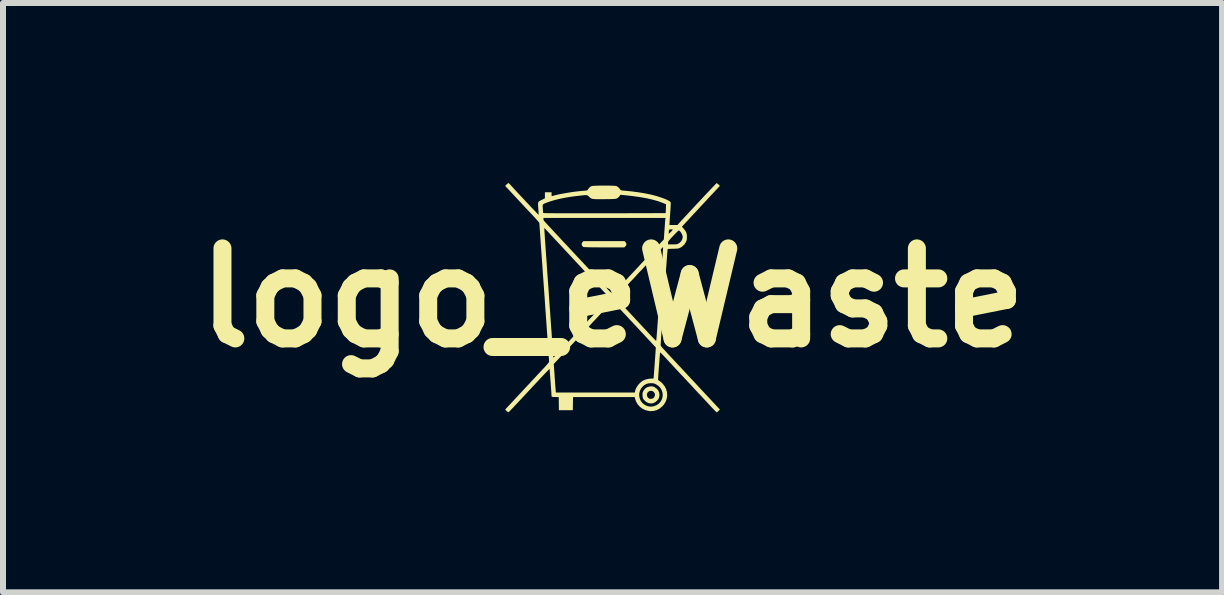
<source format=kicad_pcb>
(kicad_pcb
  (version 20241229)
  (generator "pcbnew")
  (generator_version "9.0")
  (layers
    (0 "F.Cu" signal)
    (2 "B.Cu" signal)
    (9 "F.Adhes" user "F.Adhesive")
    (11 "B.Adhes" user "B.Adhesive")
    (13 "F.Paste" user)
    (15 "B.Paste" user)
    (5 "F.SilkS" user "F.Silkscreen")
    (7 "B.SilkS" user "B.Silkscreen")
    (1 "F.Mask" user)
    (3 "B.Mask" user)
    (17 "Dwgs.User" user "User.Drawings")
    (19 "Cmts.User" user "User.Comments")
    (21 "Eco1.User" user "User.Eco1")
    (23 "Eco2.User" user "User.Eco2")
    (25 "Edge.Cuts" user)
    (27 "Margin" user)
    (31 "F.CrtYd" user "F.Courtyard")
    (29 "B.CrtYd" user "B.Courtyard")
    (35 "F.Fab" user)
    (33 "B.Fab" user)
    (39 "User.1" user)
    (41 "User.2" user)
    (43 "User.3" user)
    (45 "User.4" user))
  (footprint "logo_eWaste"
    (layer "F.Cu")
    (at 7.157 1.911)
    (property "Reference" "logo_eWaste" (at 0 0 0) (layer "F.SilkS") (effects (font (size 1.5 1.5) (thickness 0.3))))
    (attr board_only exclude_from_pos_files exclude_from_bom)
    (fp_poly (pts (xy 0.217 -0.924) (xy 0.23 -0.903) (xy 0.231 -0.882) (xy 0.22 -0.862) (xy 0.215 -0.857) (xy 0.197 -0.839) (xy -0.139 -0.839) (xy -0.222 -0.839) (xy -0.294 -0.84) (xy -0.353 -0.84) (xy -0.402 -0.841) (xy -0.439 -0.842) (xy -0.465 -0.843) (xy -0.481 -0.845) (xy -0.487 -0.846) (xy -0.505 -0.862) (xy -0.514 -0.883) (xy -0.513 -0.905) (xy -0.501 -0.926) (xy -0.499 -0.928) (xy -0.484 -0.943) (xy -0.142 -0.943) (xy 0.201 -0.943)) (stroke (width 0) (type solid)) (fill yes) (layer "F.SilkS"))
    (fp_poly (pts (xy 0.673 1.479) (xy 0.691 1.486) (xy 0.703 1.492) (xy 0.738 1.517) (xy 0.763 1.548) (xy 0.778 1.584) (xy 0.782 1.625) (xy 0.778 1.651) (xy 0.772 1.672) (xy 0.763 1.69) (xy 0.748 1.708) (xy 0.739 1.718) (xy 0.706 1.744) (xy 0.672 1.759) (xy 0.636 1.762) (xy 0.595 1.754) (xy 0.594 1.754) (xy 0.568 1.741) (xy 0.541 1.72) (xy 0.518 1.695) (xy 0.51 1.681) (xy 0.502 1.659) (xy 0.499 1.626) (xy 0.499 1.619) (xy 0.499 1.619) (xy 0.573 1.619) (xy 0.578 1.646) (xy 0.592 1.667) (xy 0.612 1.681) (xy 0.637 1.686) (xy 0.664 1.681) (xy 0.679 1.674) (xy 0.694 1.658) (xy 0.704 1.636) (xy 0.707 1.612) (xy 0.707 1.605) (xy 0.7 1.589) (xy 0.687 1.572) (xy 0.685 1.57) (xy 0.669 1.557) (xy 0.651 1.553) (xy 0.64 1.552) (xy 0.62 1.554) (xy 0.605 1.561) (xy 0.593 1.572) (xy 0.579 1.588) (xy 0.574 1.604) (xy 0.573 1.619) (xy 0.499 1.619) (xy 0.5 1.594) (xy 0.503 1.576) (xy 0.51 1.56) (xy 0.518 1.546) (xy 0.544 1.513) (xy 0.578 1.491) (xy 0.618 1.479) (xy 0.632 1.478) (xy 0.656 1.477)) (stroke (width 0) (type solid)) (fill yes) (layer "F.SilkS"))
    (fp_poly (pts (xy -1.727 -1.906) (xy -1.715 -1.895) (xy -1.704 -1.884) (xy -1.689 -1.867) (xy -1.668 -1.844) (xy -1.642 -1.815) (xy -1.611 -1.782) (xy -1.577 -1.745) (xy -1.54 -1.706) (xy -1.502 -1.665) (xy -1.463 -1.624) (xy -1.425 -1.583) (xy -1.387 -1.543) (xy -1.352 -1.505) (xy -1.319 -1.471) (xy -1.29 -1.441) (xy -1.266 -1.416) (xy -1.248 -1.397) (xy -1.236 -1.385) (xy -1.232 -1.381) (xy -1.232 -1.381) (xy -1.231 -1.387) (xy -1.232 -1.404) (xy -1.233 -1.429) (xy -1.235 -1.46) (xy -1.237 -1.485) (xy -1.24 -1.525) (xy -1.24 -1.534) (xy -1.165 -1.534) (xy -1.164 -1.515) (xy -1.162 -1.487) (xy -1.162 -1.484) (xy -1.16 -1.456) (xy -1.158 -1.433) (xy -1.156 -1.417) (xy -1.155 -1.411) (xy -1.149 -1.411) (xy -1.13 -1.41) (xy -1.099 -1.409) (xy -1.056 -1.408) (xy -1.001 -1.408) (xy -0.934 -1.407) (xy -0.855 -1.407) (xy -0.763 -1.407) (xy -0.66 -1.407) (xy -0.545 -1.407) (xy -0.418 -1.407) (xy -0.279 -1.407) (xy -0.137 -1.407) (xy -0.026 -1.407) (xy 0.081 -1.407) (xy 0.184 -1.407) (xy 0.283 -1.408) (xy 0.376 -1.408) (xy 0.464 -1.408) (xy 0.545 -1.408) (xy 0.619 -1.408) (xy 0.685 -1.409) (xy 0.743 -1.409) (xy 0.792 -1.409) (xy 0.831 -1.409) (xy 0.86 -1.41) (xy 0.877 -1.41) (xy 0.883 -1.41) (xy 0.885 -1.416) (xy 0.887 -1.432) (xy 0.888 -1.456) (xy 0.889 -1.484) (xy 0.889 -1.485) (xy 0.891 -1.558) (xy 0.826 -1.584) (xy 0.751 -1.611) (xy 0.665 -1.635) (xy 0.568 -1.657) (xy 0.46 -1.676) (xy 0.34 -1.693) (xy 0.209 -1.708) (xy 0.171 -1.711) (xy 0.131 -1.715) (xy 0.116 -1.692) (xy 0.1 -1.674) (xy 0.081 -1.659) (xy 0.077 -1.657) (xy 0.069 -1.653) (xy 0.06 -1.65) (xy 0.05 -1.648) (xy 0.035 -1.646) (xy 0.016 -1.645) (xy -0.01 -1.644) (xy -0.045 -1.643) (xy -0.089 -1.643) (xy -0.13 -1.642) (xy -0.188 -1.642) (xy -0.235 -1.642) (xy -0.273 -1.642) (xy -0.303 -1.644) (xy -0.326 -1.646) (xy -0.344 -1.65) (xy -0.358 -1.656) (xy -0.37 -1.663) (xy -0.381 -1.672) (xy -0.391 -1.683) (xy -0.4 -1.692) (xy -0.408 -1.699) (xy -0.417 -1.704) (xy -0.427 -1.708) (xy -0.442 -1.709) (xy -0.461 -1.709) (xy -0.487 -1.707) (xy -0.522 -1.703) (xy -0.566 -1.698) (xy -0.589 -1.696) (xy -0.682 -1.684) (xy -0.774 -1.669) (xy -0.861 -1.652) (xy -0.943 -1.633) (xy -1.017 -1.612) (xy -1.08 -1.591) (xy -1.085 -1.589) (xy -1.117 -1.577) (xy -1.139 -1.567) (xy -1.154 -1.558) (xy -1.162 -1.548) (xy -1.165 -1.534) (xy -1.24 -1.534) (xy -1.241 -1.554) (xy -1.241 -1.575) (xy -1.237 -1.59) (xy -1.229 -1.602) (xy -1.217 -1.611) (xy -1.199 -1.621) (xy -1.176 -1.632) (xy -1.127 -1.656) (xy -1.127 -1.707) (xy -1.127 -1.757) (xy -1.072 -1.757) (xy -1.016 -1.757) (xy -1.016 -1.723) (xy -1.016 -1.704) (xy -1.014 -1.694) (xy -1.01 -1.692) (xy -1.006 -1.693) (xy -0.979 -1.702) (xy -0.941 -1.711) (xy -0.895 -1.722) (xy -0.843 -1.732) (xy -0.787 -1.742) (xy -0.728 -1.752) (xy -0.67 -1.761) (xy -0.612 -1.769) (xy -0.558 -1.775) (xy -0.517 -1.779) (xy -0.48 -1.782) (xy -0.453 -1.784) (xy -0.434 -1.787) (xy -0.422 -1.79) (xy -0.415 -1.795) (xy -0.411 -1.8) (xy -0.41 -1.802) (xy -0.398 -1.822) (xy -0.378 -1.842) (xy -0.356 -1.857) (xy -0.351 -1.859) (xy -0.339 -1.862) (xy -0.316 -1.864) (xy -0.284 -1.866) (xy -0.246 -1.867) (xy -0.204 -1.868) (xy -0.159 -1.868) (xy -0.113 -1.868) (xy -0.068 -1.868) (xy -0.027 -1.867) (xy 0.01 -1.866) (xy 0.04 -1.864) (xy 0.06 -1.861) (xy 0.069 -1.859) (xy 0.093 -1.844) (xy 0.117 -1.818) (xy 0.129 -1.802) (xy 0.134 -1.796) (xy 0.141 -1.792) (xy 0.153 -1.788) (xy 0.172 -1.786) (xy 0.201 -1.783) (xy 0.214 -1.782) (xy 0.323 -1.771) (xy 0.43 -1.757) (xy 0.533 -1.74) (xy 0.628 -1.721) (xy 0.671 -1.711) (xy 0.722 -1.697) (xy 0.772 -1.682) (xy 0.82 -1.666) (xy 0.864 -1.65) (xy 0.902 -1.634) (xy 0.933 -1.618) (xy 0.955 -1.605) (xy 0.967 -1.593) (xy 0.967 -1.593) (xy 0.969 -1.584) (xy 0.97 -1.567) (xy 0.969 -1.54) (xy 0.967 -1.503) (xy 0.964 -1.455) (xy 0.961 -1.414) (xy 0.958 -1.37) (xy 0.955 -1.328) (xy 0.953 -1.292) (xy 0.951 -1.262) (xy 0.95 -1.241) (xy 0.949 -1.23) (xy 0.949 -1.212) (xy 1.015 -1.212) (xy 1.082 -1.212) (xy 1.125 -1.26) (xy 1.144 -1.281) (xy 1.169 -1.308) (xy 1.199 -1.341) (xy 1.234 -1.378) (xy 1.272 -1.419) (xy 1.313 -1.463) (xy 1.356 -1.509) (xy 1.4 -1.557) (xy 1.445 -1.604) (xy 1.489 -1.651) (xy 1.531 -1.697) (xy 1.572 -1.74) (xy 1.61 -1.78) (xy 1.644 -1.816) (xy 1.674 -1.848) (xy 1.699 -1.874) (xy 1.717 -1.893) (xy 1.729 -1.905) (xy 1.733 -1.909) (xy 1.74 -1.907) (xy 1.753 -1.897) (xy 1.764 -1.888) (xy 1.789 -1.864) (xy 1.735 -1.806) (xy 1.704 -1.772) (xy 1.668 -1.734) (xy 1.628 -1.692) (xy 1.586 -1.646) (xy 1.542 -1.599) (xy 1.497 -1.551) (xy 1.452 -1.503) (xy 1.408 -1.455) (xy 1.365 -1.409) (xy 1.324 -1.365) (xy 1.287 -1.325) (xy 1.254 -1.289) (xy 1.225 -1.258) (xy 1.202 -1.233) (xy 1.186 -1.216) (xy 1.177 -1.206) (xy 1.176 -1.205) (xy 1.156 -1.182) (xy 1.185 -1.151) (xy 1.211 -1.118) (xy 1.229 -1.086) (xy 1.238 -1.051) (xy 1.24 -1.013) (xy 1.239 -0.984) (xy 1.236 -0.962) (xy 1.229 -0.942) (xy 1.224 -0.93) (xy 1.198 -0.888) (xy 1.162 -0.854) (xy 1.131 -0.834) (xy 1.118 -0.828) (xy 1.105 -0.823) (xy 1.091 -0.82) (xy 1.073 -0.818) (xy 1.047 -0.817) (xy 1.013 -0.816) (xy 1.009 -0.816) (xy 0.919 -0.813) (xy 0.916 -0.788) (xy 0.915 -0.777) (xy 0.913 -0.755) (xy 0.91 -0.723) (xy 0.907 -0.683) (xy 0.904 -0.636) (xy 0.9 -0.584) (xy 0.896 -0.527) (xy 0.891 -0.466) (xy 0.891 -0.462) (xy 0.887 -0.403) (xy 0.882 -0.334) (xy 0.876 -0.257) (xy 0.87 -0.173) (xy 0.864 -0.085) (xy 0.857 0.005) (xy 0.851 0.096) (xy 0.844 0.185) (xy 0.838 0.271) (xy 0.836 0.298) (xy 0.83 0.373) (xy 0.825 0.444) (xy 0.82 0.511) (xy 0.816 0.573) (xy 0.812 0.629) (xy 0.809 0.678) (xy 0.806 0.719) (xy 0.804 0.75) (xy 0.803 0.771) (xy 0.802 0.782) (xy 0.802 0.782) (xy 0.802 0.786) (xy 0.802 0.79) (xy 0.802 0.794) (xy 0.804 0.798) (xy 0.807 0.804) (xy 0.812 0.812) (xy 0.821 0.823) (xy 0.832 0.836) (xy 0.848 0.854) (xy 0.869 0.876) (xy 0.894 0.904) (xy 0.925 0.937) (xy 0.963 0.978) (xy 1.007 1.025) (xy 1.058 1.08) (xy 1.093 1.118) (xy 1.128 1.154) (xy 1.169 1.199) (xy 1.216 1.249) (xy 1.267 1.304) (xy 1.321 1.362) (xy 1.377 1.421) (xy 1.432 1.481) (xy 1.486 1.539) (xy 1.521 1.576) (xy 1.789 1.863) (xy 1.766 1.887) (xy 1.751 1.9) (xy 1.74 1.908) (xy 1.735 1.909) (xy 1.729 1.904) (xy 1.716 1.892) (xy 1.697 1.873) (xy 1.673 1.848) (xy 1.646 1.82) (xy 1.625 1.797) (xy 1.591 1.76) (xy 1.554 1.72) (xy 1.516 1.68) (xy 1.482 1.643) (xy 1.452 1.611) (xy 1.445 1.604) (xy 1.425 1.583) (xy 1.398 1.554) (xy 1.364 1.518) (xy 1.326 1.476) (xy 1.283 1.43) (xy 1.237 1.381) (xy 1.189 1.329) (xy 1.139 1.277) (xy 1.09 1.224) (xy 1.042 1.173) (xy 0.997 1.124) (xy 0.954 1.078) (xy 0.916 1.037) (xy 0.883 1.001) (xy 0.86 0.977) (xy 0.838 0.954) (xy 0.818 0.934) (xy 0.803 0.92) (xy 0.794 0.913) (xy 0.792 0.913) (xy 0.791 0.922) (xy 0.789 0.942) (xy 0.787 0.97) (xy 0.784 1.005) (xy 0.781 1.045) (xy 0.778 1.089) (xy 0.774 1.135) (xy 0.771 1.18) (xy 0.768 1.224) (xy 0.765 1.264) (xy 0.763 1.299) (xy 0.761 1.327) (xy 0.76 1.347) (xy 0.759 1.355) (xy 0.761 1.37) (xy 0.77 1.38) (xy 0.78 1.386) (xy 0.795 1.396) (xy 0.814 1.412) (xy 0.832 1.429) (xy 0.868 1.474) (xy 0.893 1.523) (xy 0.907 1.574) (xy 0.911 1.627) (xy 0.904 1.68) (xy 0.886 1.731) (xy 0.858 1.778) (xy 0.83 1.81) (xy 0.785 1.847) (xy 0.736 1.873) (xy 0.683 1.887) (xy 0.628 1.89) (xy 0.606 1.887) (xy 0.55 1.874) (xy 0.499 1.85) (xy 0.455 1.817) (xy 0.419 1.777) (xy 0.392 1.729) (xy 0.379 1.694) (xy 0.369 1.656) (xy -0.145 1.656) (xy -0.658 1.656) (xy -0.66 1.765) (xy -0.662 1.874) (xy -0.778 1.874) (xy -0.894 1.874) (xy -0.895 1.765) (xy -0.897 1.656) (xy -0.957 1.655) (xy -0.984 1.654) (xy -1.002 1.652) (xy -1.011 1.65) (xy -1.015 1.646) (xy -1.016 1.64) (xy -1.016 1.638) (xy -1.017 1.635) (xy 0.444 1.635) (xy 0.453 1.678) (xy 0.47 1.718) (xy 0.497 1.754) (xy 0.533 1.783) (xy 0.544 1.79) (xy 0.59 1.809) (xy 0.636 1.815) (xy 0.682 1.81) (xy 0.727 1.794) (xy 0.766 1.769) (xy 0.797 1.737) (xy 0.819 1.7) (xy 0.832 1.66) (xy 0.836 1.618) (xy 0.831 1.576) (xy 0.817 1.536) (xy 0.794 1.499) (xy 0.762 1.467) (xy 0.726 1.444) (xy 0.705 1.433) (xy 0.687 1.428) (xy 0.666 1.425) (xy 0.64 1.424) (xy 0.597 1.427) (xy 0.561 1.438) (xy 0.529 1.457) (xy 0.509 1.473) (xy 0.478 1.509) (xy 0.457 1.549) (xy 0.445 1.592) (xy 0.444 1.635) (xy -1.017 1.635) (xy -1.017 1.629) (xy -1.018 1.609) (xy -1.02 1.581) (xy -1.022 1.546) (xy -1.025 1.505) (xy -1.028 1.461) (xy -1.031 1.416) (xy -1.035 1.37) (xy -1.038 1.326) (xy -1.041 1.285) (xy -1.044 1.249) (xy -1.046 1.22) (xy -1.048 1.199) (xy -1.049 1.187) (xy -1.049 1.186) (xy -1.053 1.189) (xy -1.065 1.201) (xy -1.084 1.22) (xy -1.108 1.245) (xy -1.137 1.275) (xy -1.171 1.311) (xy -1.208 1.35) (xy -1.243 1.388) (xy -1.284 1.432) (xy -1.324 1.474) (xy -1.361 1.514) (xy -1.395 1.551) (xy -1.424 1.582) (xy -1.448 1.608) (xy -1.465 1.626) (xy -1.473 1.635) (xy -1.529 1.694) (xy -1.576 1.745) (xy -1.617 1.788) (xy -1.65 1.824) (xy -1.677 1.852) (xy -1.699 1.875) (xy -1.715 1.891) (xy -1.726 1.902) (xy -1.733 1.908) (xy -1.735 1.909) (xy -1.743 1.906) (xy -1.756 1.896) (xy -1.766 1.887) (xy -1.789 1.863) (xy -1.567 1.625) (xy -1.522 1.577) (xy -1.477 1.528) (xy -1.433 1.481) (xy -1.391 1.437) (xy -1.354 1.396) (xy -1.321 1.361) (xy -1.293 1.331) (xy -1.273 1.31) (xy -1.271 1.307) (xy -1.223 1.256) (xy -1.183 1.213) (xy -1.15 1.178) (xy -1.123 1.149) (xy -1.102 1.126) (xy -1.086 1.107) (xy -1.084 1.105) (xy -0.98 1.105) (xy -0.977 1.136) (xy -0.976 1.15) (xy -0.974 1.174) (xy -0.972 1.207) (xy -0.969 1.246) (xy -0.966 1.291) (xy -0.963 1.339) (xy -0.961 1.359) (xy -0.958 1.407) (xy -0.955 1.452) (xy -0.952 1.491) (xy -0.949 1.524) (xy -0.947 1.548) (xy -0.946 1.563) (xy -0.946 1.566) (xy -0.943 1.58) (xy -0.285 1.58) (xy 0.372 1.58) (xy 0.376 1.557) (xy 0.386 1.521) (xy 0.406 1.484) (xy 0.432 1.447) (xy 0.463 1.415) (xy 0.496 1.388) (xy 0.513 1.379) (xy 0.555 1.362) (xy 0.601 1.351) (xy 0.645 1.348) (xy 0.646 1.348) (xy 0.667 1.348) (xy 0.678 1.347) (xy 0.683 1.343) (xy 0.684 1.338) (xy 0.685 1.329) (xy 0.687 1.31) (xy 0.689 1.281) (xy 0.692 1.244) (xy 0.695 1.2) (xy 0.699 1.151) (xy 0.703 1.098) (xy 0.704 1.078) (xy 0.722 0.83) (xy 0.702 0.808) (xy 0.693 0.799) (xy 0.677 0.781) (xy 0.654 0.757) (xy 0.628 0.728) (xy 0.597 0.696) (xy 0.564 0.66) (xy 0.551 0.646) (xy 0.517 0.609) (xy 0.483 0.573) (xy 0.452 0.54) (xy 0.425 0.51) (xy 0.402 0.486) (xy 0.386 0.469) (xy 0.383 0.465) (xy 0.37 0.452) (xy 0.351 0.431) (xy 0.325 0.403) (xy 0.294 0.371) (xy 0.26 0.334) (xy 0.223 0.294) (xy 0.184 0.253) (xy 0.175 0.243) (xy 0.138 0.204) (xy 0.104 0.167) (xy 0.072 0.135) (xy 0.045 0.107) (xy 0.023 0.086) (xy 0.008 0.071) (xy -0.001 0.063) (xy -0.002 0.063) (xy -0.007 0.068) (xy -0.02 0.08) (xy -0.04 0.101) (xy -0.066 0.129) (xy -0.098 0.162) (xy -0.135 0.202) (xy -0.177 0.246) (xy -0.222 0.294) (xy -0.271 0.347) (xy -0.323 0.401) (xy -0.376 0.459) (xy -0.431 0.517) (xy -0.487 0.577) (xy -0.543 0.637) (xy -0.598 0.696) (xy -0.652 0.754) (xy -0.705 0.81) (xy -0.754 0.864) (xy -0.765 0.876) (xy -0.788 0.9) (xy -0.816 0.93) (xy -0.847 0.964) (xy -0.879 0.998) (xy -0.9 1.02) (xy -0.98 1.105) (xy -1.084 1.105) (xy -1.074 1.093) (xy -1.066 1.083) (xy -1.061 1.075) (xy -1.058 1.068) (xy -1.057 1.063) (xy -1.057 1.058) (xy -1.058 1.052) (xy -1.058 1.051) (xy -1.059 1.041) (xy -1.06 1.02) (xy -1.062 0.988) (xy -1.065 0.947) (xy -1.069 0.899) (xy -1.073 0.843) (xy -1.077 0.781) (xy -1.082 0.715) (xy -1.086 0.644) (xy -1.092 0.571) (xy -1.097 0.495) (xy -1.102 0.419) (xy -1.108 0.344) (xy -1.113 0.269) (xy -1.118 0.197) (xy -1.123 0.128) (xy -1.127 0.064) (xy -1.131 0.005) (xy -1.135 -0.047) (xy -1.138 -0.092) (xy -1.139 -0.101) (xy -1.149 -0.245) (xy -1.159 -0.378) (xy -1.167 -0.499) (xy -1.175 -0.609) (xy -1.182 -0.709) (xy -1.188 -0.798) (xy -1.194 -0.878) (xy -1.199 -0.949) (xy -1.203 -1.01) (xy -1.207 -1.064) (xy -1.21 -1.109) (xy -1.213 -1.147) (xy -1.214 -1.159) (xy -1.137 -1.159) (xy -1.137 -1.154) (xy -1.137 -1.145) (xy -1.136 -1.131) (xy -1.135 -1.112) (xy -1.133 -1.087) (xy -1.131 -1.057) (xy -1.129 -1.02) (xy -1.126 -0.975) (xy -1.122 -0.923) (xy -1.118 -0.862) (xy -1.113 -0.793) (xy -1.108 -0.715) (xy -1.101 -0.626) (xy -1.094 -0.527) (xy -1.087 -0.417) (xy -1.078 -0.296) (xy -1.075 -0.248) (xy -1.07 -0.187) (xy -1.065 -0.117) (xy -1.06 -0.038) (xy -1.054 0.047) (xy -1.048 0.135) (xy -1.041 0.226) (xy -1.035 0.315) (xy -1.029 0.403) (xy -1.023 0.485) (xy -1.023 0.487) (xy -1.016 0.579) (xy -1.011 0.66) (xy -1.006 0.731) (xy -1.001 0.791) (xy -0.998 0.841) (xy -0.994 0.884) (xy -0.992 0.918) (xy -0.99 0.945) (xy -0.988 0.966) (xy -0.986 0.981) (xy -0.985 0.991) (xy -0.984 0.996) (xy -0.983 0.998) (xy -0.983 0.998) (xy -0.979 0.994) (xy -0.967 0.981) (xy -0.948 0.962) (xy -0.924 0.936) (xy -0.895 0.904) (xy -0.861 0.869) (xy -0.824 0.829) (xy -0.789 0.792) (xy -0.75 0.75) (xy -0.712 0.71) (xy -0.678 0.673) (xy -0.649 0.641) (xy -0.624 0.614) (xy -0.605 0.594) (xy -0.592 0.58) (xy -0.588 0.576) (xy -0.582 0.569) (xy -0.569 0.555) (xy -0.549 0.533) (xy -0.522 0.505) (xy -0.491 0.471) (xy -0.455 0.433) (xy -0.415 0.39) (xy -0.373 0.344) (xy -0.336 0.306) (xy -0.291 0.257) (xy -0.248 0.211) (xy -0.208 0.168) (xy -0.172 0.129) (xy -0.14 0.095) (xy -0.113 0.066) (xy -0.093 0.044) (xy -0.079 0.029) (xy -0.074 0.023) (xy -0.054 -0.000035) (xy 0.055 -0.000035) (xy 0.059 0.005) (xy 0.071 0.018) (xy 0.089 0.039) (xy 0.114 0.066) (xy 0.144 0.099) (xy 0.179 0.136) (xy 0.217 0.178) (xy 0.258 0.222) (xy 0.286 0.252) (xy 0.333 0.302) (xy 0.381 0.354) (xy 0.429 0.405) (xy 0.475 0.455) (xy 0.518 0.501) (xy 0.557 0.542) (xy 0.59 0.578) (xy 0.616 0.606) (xy 0.62 0.611) (xy 0.649 0.641) (xy 0.675 0.668) (xy 0.697 0.691) (xy 0.713 0.708) (xy 0.724 0.718) (xy 0.727 0.72) (xy 0.728 0.713) (xy 0.73 0.696) (xy 0.733 0.669) (xy 0.736 0.634) (xy 0.739 0.592) (xy 0.743 0.544) (xy 0.747 0.492) (xy 0.747 0.48) (xy 0.752 0.42) (xy 0.756 0.359) (xy 0.761 0.299) (xy 0.765 0.241) (xy 0.769 0.189) (xy 0.772 0.145) (xy 0.774 0.116) (xy 0.78 0.037) (xy 0.786 -0.044) (xy 0.793 -0.126) (xy 0.799 -0.208) (xy 0.804 -0.289) (xy 0.81 -0.367) (xy 0.816 -0.443) (xy 0.821 -0.515) (xy 0.825 -0.582) (xy 0.83 -0.644) (xy 0.834 -0.699) (xy 0.837 -0.746) (xy 0.839 -0.785) (xy 0.841 -0.815) (xy 0.842 -0.835) (xy 0.843 -0.843) (xy 0.843 -0.843) (xy 0.838 -0.84) (xy 0.826 -0.828) (xy 0.808 -0.81) (xy 0.785 -0.785) (xy 0.757 -0.756) (xy 0.726 -0.724) (xy 0.713 -0.709) (xy 0.678 -0.671) (xy 0.645 -0.636) (xy 0.613 -0.602) (xy 0.581 -0.568) (xy 0.548 -0.533) (xy 0.512 -0.494) (xy 0.473 -0.452) (xy 0.428 -0.405) (xy 0.378 -0.35) (xy 0.334 -0.303) (xy 0.305 -0.273) (xy 0.276 -0.242) (xy 0.25 -0.213) (xy 0.227 -0.189) (xy 0.214 -0.175) (xy 0.172 -0.13) (xy 0.138 -0.093) (xy 0.11 -0.063) (xy 0.089 -0.041) (xy 0.074 -0.024) (xy 0.064 -0.012) (xy 0.058 -0.004) (xy 0.055 -0.001) (xy 0.055 -0.000035) (xy -0.054 -0.000035) (xy -0.053 -0.000477) (xy -0.068 -0.017) (xy -0.077 -0.026) (xy -0.092 -0.043) (xy -0.113 -0.066) (xy -0.137 -0.092) (xy -0.164 -0.12) (xy -0.166 -0.122) (xy -0.184 -0.142) (xy -0.21 -0.17) (xy -0.242 -0.204) (xy -0.28 -0.245) (xy -0.322 -0.29) (xy -0.369 -0.34) (xy -0.418 -0.393) (xy -0.469 -0.447) (xy -0.521 -0.503) (xy -0.551 -0.536) (xy -0.603 -0.591) (xy -0.654 -0.646) (xy -0.704 -0.7) (xy -0.751 -0.75) (xy -0.795 -0.797) (xy -0.834 -0.84) (xy -0.868 -0.876) (xy -0.897 -0.907) (xy -0.918 -0.93) (xy -0.928 -0.94) (xy -0.959 -0.973) (xy -0.993 -1.01) (xy -1.028 -1.047) (xy -1.058 -1.08) (xy -1.069 -1.091) (xy -1.091 -1.115) (xy -1.111 -1.136) (xy -1.126 -1.151) (xy -1.135 -1.16) (xy -1.137 -1.161) (xy -1.137 -1.159) (xy -1.214 -1.159) (xy -1.215 -1.178) (xy -1.216 -1.202) (xy -1.218 -1.219) (xy -1.218 -1.231) (xy -1.219 -1.237) (xy -1.219 -1.238) (xy -1.22 -1.244) (xy -1.224 -1.251) (xy -1.232 -1.262) (xy -1.244 -1.278) (xy -1.262 -1.297) (xy -1.284 -1.323) (xy -1.29 -1.329) (xy -1.151 -1.329) (xy -1.151 -1.309) (xy -1.149 -1.295) (xy -1.141 -1.28) (xy -1.125 -1.262) (xy -1.119 -1.255) (xy -1.109 -1.245) (xy -1.092 -1.226) (xy -1.068 -1.2) (xy -1.038 -1.168) (xy -1.003 -1.131) (xy -0.965 -1.089) (xy -0.923 -1.044) (xy -0.879 -0.997) (xy -0.846 -0.961) (xy -0.8 -0.912) (xy -0.755 -0.865) (xy -0.713 -0.819) (xy -0.674 -0.777) (xy -0.639 -0.74) (xy -0.609 -0.708) (xy -0.585 -0.682) (xy -0.567 -0.663) (xy -0.56 -0.655) (xy -0.546 -0.641) (xy -0.525 -0.618) (xy -0.498 -0.59) (xy -0.467 -0.556) (xy -0.431 -0.518) (xy -0.393 -0.477) (xy -0.354 -0.434) (xy -0.337 -0.416) (xy -0.275 -0.35) (xy -0.222 -0.293) (xy -0.175 -0.243) (xy -0.136 -0.2) (xy -0.102 -0.165) (xy -0.075 -0.135) (xy -0.052 -0.112) (xy -0.034 -0.094) (xy -0.021 -0.08) (xy -0.011 -0.07) (xy -0.005 -0.065) (xy -0.001 -0.062) (xy 0.00017 -0.061) (xy 0.005 -0.066) (xy 0.018 -0.078) (xy 0.037 -0.098) (xy 0.063 -0.125) (xy 0.094 -0.157) (xy 0.13 -0.195) (xy 0.169 -0.237) (xy 0.212 -0.282) (xy 0.257 -0.331) (xy 0.258 -0.332) (xy 0.311 -0.388) (xy 0.366 -0.447) (xy 0.422 -0.507) (xy 0.478 -0.568) (xy 0.533 -0.626) (xy 0.584 -0.681) (xy 0.631 -0.731) (xy 0.671 -0.775) (xy 0.683 -0.787) (xy 0.8 -0.913) (xy 0.925 -0.913) (xy 0.925 -0.888) (xy 0.997 -0.888) (xy 1.031 -0.889) (xy 1.057 -0.89) (xy 1.076 -0.893) (xy 1.091 -0.898) (xy 1.093 -0.899) (xy 1.122 -0.918) (xy 1.146 -0.945) (xy 1.163 -0.977) (xy 1.169 -1.01) (xy 1.17 -1.013) (xy 1.166 -1.034) (xy 1.157 -1.057) (xy 1.145 -1.08) (xy 1.13 -1.101) (xy 1.116 -1.115) (xy 1.103 -1.12) (xy 1.102 -1.12) (xy 1.095 -1.115) (xy 1.082 -1.103) (xy 1.063 -1.085) (xy 1.04 -1.061) (xy 1.014 -1.034) (xy 1.009 -1.029) (xy 0.98 -0.998) (xy 0.959 -0.974) (xy 0.944 -0.957) (xy 0.934 -0.944) (xy 0.928 -0.933) (xy 0.925 -0.925) (xy 0.925 -0.916) (xy 0.925 -0.913) (xy 0.8 -0.913) (xy 0.855 -0.971) (xy 0.861 -1.063) (xy 0.937 -1.063) (xy 0.971 -1.096) (xy 0.987 -1.112) (xy 0.998 -1.126) (xy 1.004 -1.133) (xy 1.004 -1.134) (xy 0.999 -1.137) (xy 0.985 -1.139) (xy 0.974 -1.139) (xy 0.956 -1.138) (xy 0.945 -1.133) (xy 0.939 -1.121) (xy 0.937 -1.101) (xy 0.937 -1.087) (xy 0.937 -1.063) (xy 0.861 -1.063) (xy 0.866 -1.13) (xy 0.869 -1.174) (xy 0.872 -1.215) (xy 0.874 -1.251) (xy 0.877 -1.28) (xy 0.879 -1.3) (xy 0.88 -1.309) (xy 0.883 -1.329) (xy -0.134 -1.329) (xy -1.151 -1.329) (xy -1.29 -1.329) (xy -1.314 -1.355) (xy -1.35 -1.394) (xy -1.394 -1.44) (xy -1.402 -1.448) (xy -1.435 -1.483) (xy -1.475 -1.526) (xy -1.52 -1.575) (xy -1.57 -1.628) (xy -1.622 -1.684) (xy -1.676 -1.742) (xy -1.695 -1.763) (xy -1.789 -1.863) (xy -1.766 -1.887) (xy -1.751 -1.9) (xy -1.74 -1.909) (xy -1.735 -1.911)) (stroke (width 0) (type solid)) (fill yes) (layer "F.SilkS")))
  (gr_rect
    (start -3 -3)
    (end 17.314 6.82)
    (stroke (width 0.1) (type default))
    (fill no)
    (layer "Edge.Cuts")))
</source>
